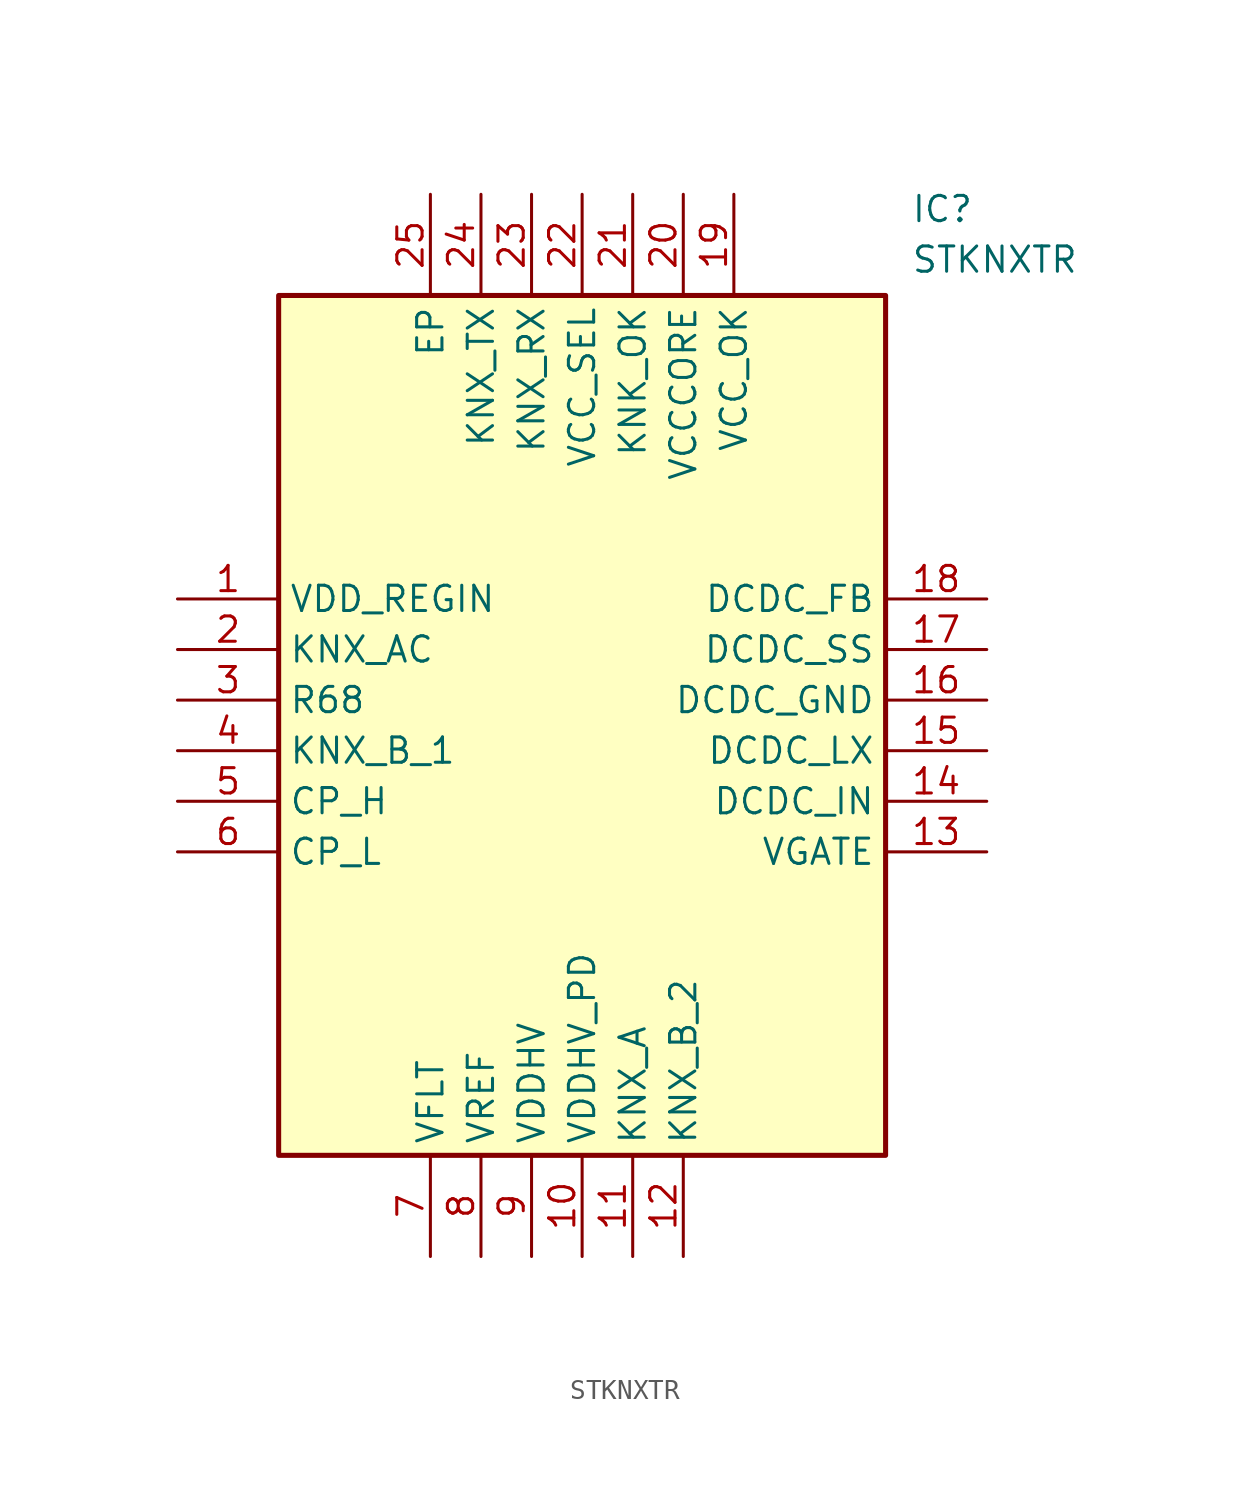
<source format=kicad_sym>
(kicad_symbol_lib
  (version 20211014)
  (generator SamacSys_ECAD_Model)
  (symbol "STKNXTR"
    (property "Reference" "IC"
      (at 36.83 20.32 0)
      (effects (font (size 1.27 1.27)) (justify left top)))
    (property "Value" "STKNXTR"
      (at 36.83 17.78 0)
      (effects (font (size 1.27 1.27)) (justify left top)))
    (rectangle
      (start 5.08 15.24)
      (end 35.56 -27.94)
      (stroke (width 0.254) (type default))
      (fill (type background)))
    (pin passive line
      (at 0 0 0)
      (length 5.08)
      (name "VDD_REGIN" (effects (font (size 1.27 1.27))))
      (number "1" (effects (font (size 1.27 1.27)))))
    (pin passive line
      (at 0 -2.54 0)
      (length 5.08)
      (name "KNX_AC" (effects (font (size 1.27 1.27))))
      (number "2" (effects (font (size 1.27 1.27)))))
    (pin passive line
      (at 0 -5.08 0)
      (length 5.08)
      (name "R68" (effects (font (size 1.27 1.27))))
      (number "3" (effects (font (size 1.27 1.27)))))
    (pin passive line
      (at 0 -7.62 0)
      (length 5.08)
      (name "KNX_B_1" (effects (font (size 1.27 1.27))))
      (number "4" (effects (font (size 1.27 1.27)))))
    (pin passive line
      (at 0 -10.16 0)
      (length 5.08)
      (name "CP_H" (effects (font (size 1.27 1.27))))
      (number "5" (effects (font (size 1.27 1.27)))))
    (pin passive line
      (at 0 -12.7 0)
      (length 5.08)
      (name "CP_L" (effects (font (size 1.27 1.27))))
      (number "6" (effects (font (size 1.27 1.27)))))
    (pin passive line
      (at 12.7 -33.02 90)
      (length 5.08)
      (name "VFLT" (effects (font (size 1.27 1.27))))
      (number "7" (effects (font (size 1.27 1.27)))))
    (pin passive line
      (at 15.24 -33.02 90)
      (length 5.08)
      (name "VREF" (effects (font (size 1.27 1.27))))
      (number "8" (effects (font (size 1.27 1.27)))))
    (pin passive line
      (at 17.78 -33.02 90)
      (length 5.08)
      (name "VDDHV" (effects (font (size 1.27 1.27))))
      (number "9" (effects (font (size 1.27 1.27)))))
    (pin passive line
      (at 20.32 -33.02 90)
      (length 5.08)
      (name "VDDHV_PD" (effects (font (size 1.27 1.27))))
      (number "10" (effects (font (size 1.27 1.27)))))
    (pin passive line
      (at 22.86 -33.02 90)
      (length 5.08)
      (name "KNX_A" (effects (font (size 1.27 1.27))))
      (number "11" (effects (font (size 1.27 1.27)))))
    (pin passive line
      (at 25.4 -33.02 90)
      (length 5.08)
      (name "KNX_B_2" (effects (font (size 1.27 1.27))))
      (number "12" (effects (font (size 1.27 1.27)))))
    (pin passive line
      (at 40.64 0 180)
      (length 5.08)
      (name "DCDC_FB" (effects (font (size 1.27 1.27))))
      (number "18" (effects (font (size 1.27 1.27)))))
    (pin passive line
      (at 40.64 -2.54 180)
      (length 5.08)
      (name "DCDC_SS" (effects (font (size 1.27 1.27))))
      (number "17" (effects (font (size 1.27 1.27)))))
    (pin passive line
      (at 40.64 -5.08 180)
      (length 5.08)
      (name "DCDC_GND" (effects (font (size 1.27 1.27))))
      (number "16" (effects (font (size 1.27 1.27)))))
    (pin passive line
      (at 40.64 -7.62 180)
      (length 5.08)
      (name "DCDC_LX" (effects (font (size 1.27 1.27))))
      (number "15" (effects (font (size 1.27 1.27)))))
    (pin passive line
      (at 40.64 -10.16 180)
      (length 5.08)
      (name "DCDC_IN" (effects (font (size 1.27 1.27))))
      (number "14" (effects (font (size 1.27 1.27)))))
    (pin passive line
      (at 40.64 -12.7 180)
      (length 5.08)
      (name "VGATE" (effects (font (size 1.27 1.27))))
      (number "13" (effects (font (size 1.27 1.27)))))
    (pin passive line
      (at 12.7 20.32 270)
      (length 5.08)
      (name "EP" (effects (font (size 1.27 1.27))))
      (number "25" (effects (font (size 1.27 1.27)))))
    (pin passive line
      (at 15.24 20.32 270)
      (length 5.08)
      (name "KNX_TX" (effects (font (size 1.27 1.27))))
      (number "24" (effects (font (size 1.27 1.27)))))
    (pin passive line
      (at 17.78 20.32 270)
      (length 5.08)
      (name "KNX_RX" (effects (font (size 1.27 1.27))))
      (number "23" (effects (font (size 1.27 1.27)))))
    (pin passive line
      (at 20.32 20.32 270)
      (length 5.08)
      (name "VCC_SEL" (effects (font (size 1.27 1.27))))
      (number "22" (effects (font (size 1.27 1.27)))))
    (pin passive line
      (at 22.86 20.32 270)
      (length 5.08)
      (name "KNK_OK" (effects (font (size 1.27 1.27))))
      (number "21" (effects (font (size 1.27 1.27)))))
    (pin passive line
      (at 25.4 20.32 270)
      (length 5.08)
      (name "VCCCORE" (effects (font (size 1.27 1.27))))
      (number "20" (effects (font (size 1.27 1.27)))))
    (pin passive line
      (at 27.94 20.32 270)
      (length 5.08)
      (name "VCC_OK" (effects (font (size 1.27 1.27))))
      (number "19" (effects (font (size 1.27 1.27)))))))
</source>
